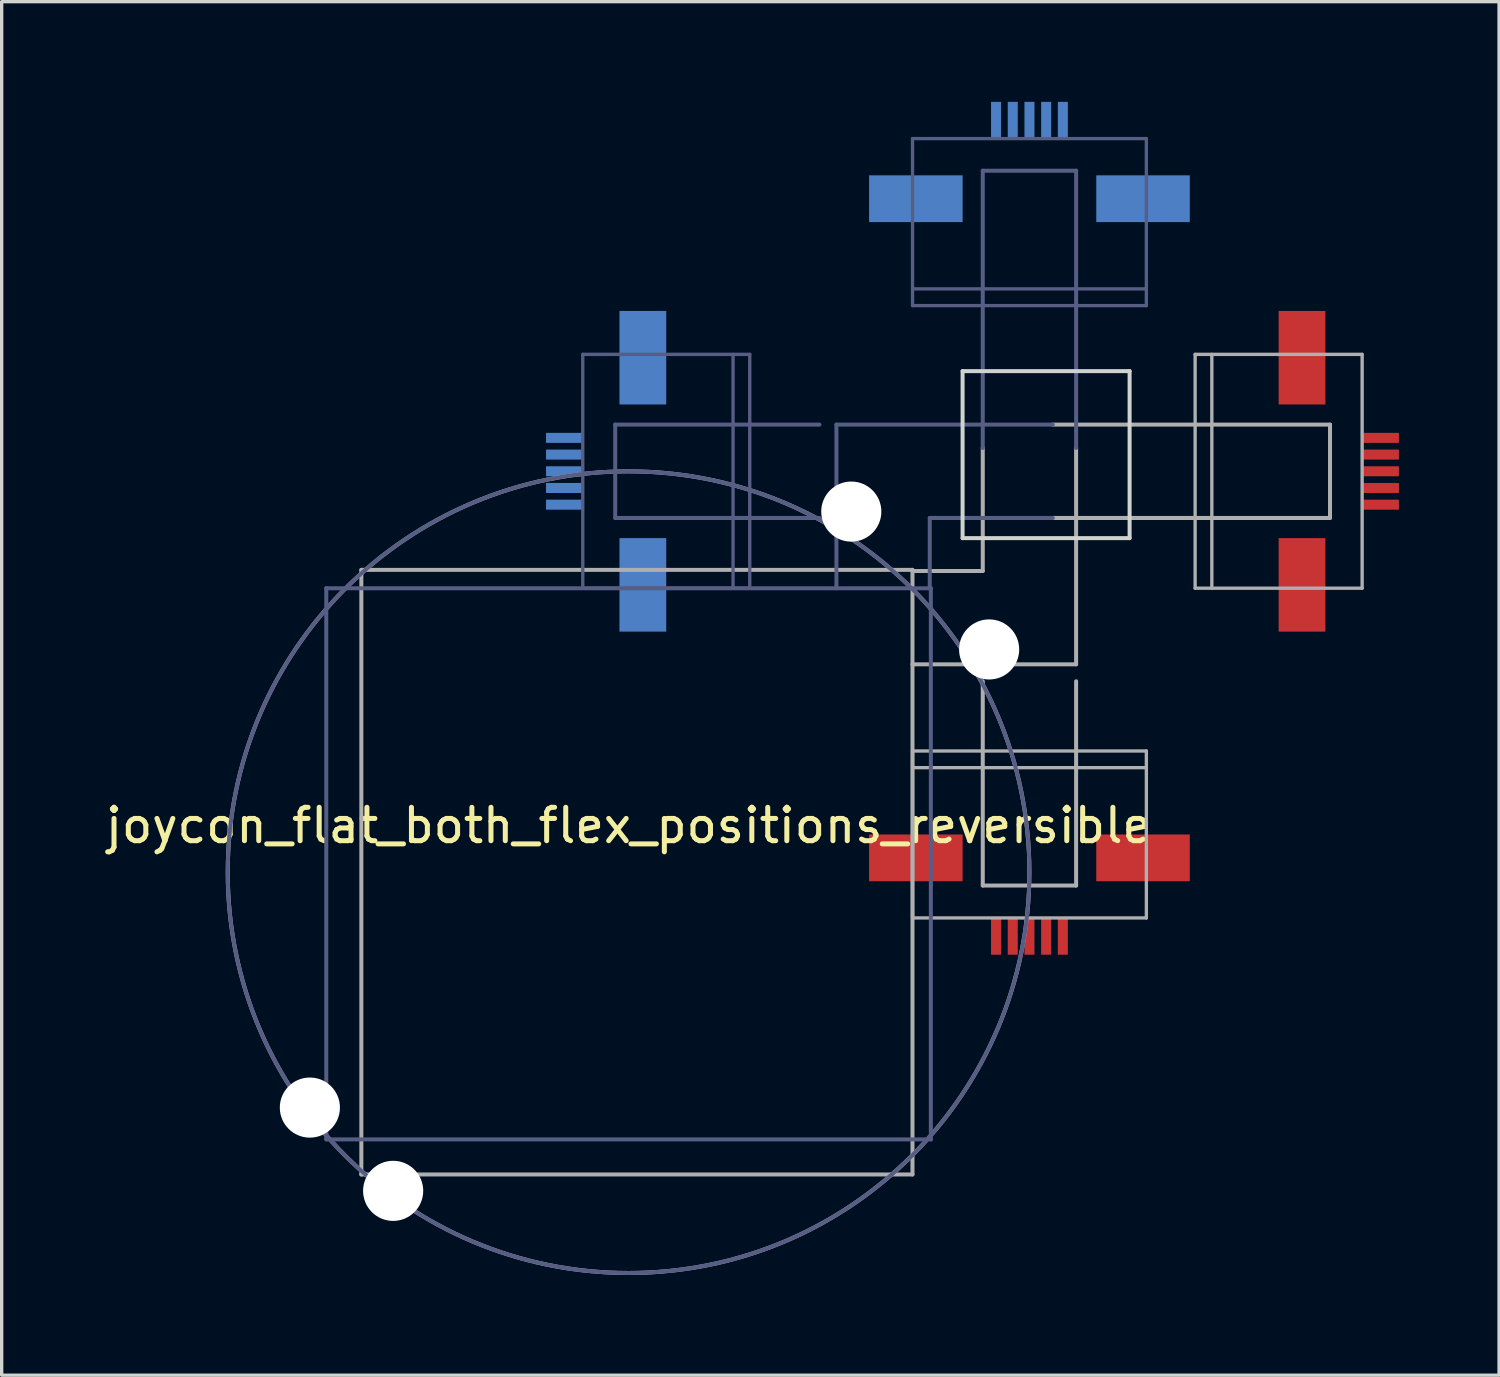
<source format=kicad_pcb>
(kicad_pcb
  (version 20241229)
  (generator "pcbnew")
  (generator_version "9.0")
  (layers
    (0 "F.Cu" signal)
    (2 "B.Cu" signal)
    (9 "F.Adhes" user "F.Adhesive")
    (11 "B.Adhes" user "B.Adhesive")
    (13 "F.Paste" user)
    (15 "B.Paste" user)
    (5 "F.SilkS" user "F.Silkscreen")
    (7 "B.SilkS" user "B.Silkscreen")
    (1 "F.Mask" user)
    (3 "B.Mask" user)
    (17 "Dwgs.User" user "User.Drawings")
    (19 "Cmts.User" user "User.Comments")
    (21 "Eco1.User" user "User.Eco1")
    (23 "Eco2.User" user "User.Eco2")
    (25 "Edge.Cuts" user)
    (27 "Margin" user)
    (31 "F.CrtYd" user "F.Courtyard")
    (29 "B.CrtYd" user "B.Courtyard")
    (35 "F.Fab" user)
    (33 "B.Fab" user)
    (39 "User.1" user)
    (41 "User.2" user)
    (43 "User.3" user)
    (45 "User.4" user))
  (footprint "joycon_flat_both_flex_positions_reversible"
    (layer "F.Cu")
    (at 15.768 23.061)
    (property "Reference" "joycon_flat_both_flex_positions_reversible" (at 0 -1.397 0) (layer "F.SilkS") (effects (font (size 1 1) (thickness 0.15))))
    (attr through_hole)
    (fp_line (start 10 -15) (end 15 -15) (stroke (width 0.12) (type solid)) (layer "Edge.Cuts"))
    (fp_line (start 10 -10) (end 10 -15) (stroke (width 0.12) (type solid)) (layer "Edge.Cuts"))
    (fp_line (start 10 -10) (end 15 -10) (stroke (width 0.12) (type solid)) (layer "Edge.Cuts"))
    (fp_line (start 15 -10) (end 15 -15) (stroke (width 0.12) (type solid)) (layer "Edge.Cuts"))
    (fp_line (start -9.05 8) (end -9.05 -8.5) (stroke (width 0.12) (type solid)) (layer "B.Fab"))
    (fp_line (start -1.371 -15.502) (end 3.628 -15.502) (stroke (width 0.1) (type solid)) (layer "B.Fab"))
    (fp_line (start -1.371 -8.502) (end -1.371 -15.502) (stroke (width 0.1) (type solid)) (layer "B.Fab"))
    (fp_line (start -1.371 -8.502) (end 3.628 -8.502) (stroke (width 0.1) (type solid)) (layer "B.Fab"))
    (fp_line (start -0.4 -13.399) (end -0.4 -10.604) (stroke (width 0.12) (type solid)) (layer "B.Fab"))
    (fp_line (start 3.128 -8.502) (end 3.128 -15.502) (stroke (width 0.1) (type solid)) (layer "B.Fab"))
    (fp_line (start 3.628 -8.502) (end 3.628 -15.502) (stroke (width 0.1) (type solid)) (layer "B.Fab"))
    (fp_line (start 5.715 -13.399) (end -0.4 -13.399) (stroke (width 0.12) (type solid)) (layer "B.Fab"))
    (fp_line (start 5.715 -10.604) (end -0.4 -10.604) (stroke (width 0.12) (type solid)) (layer "B.Fab"))
    (fp_line (start 6.223 -13.399) (end 6.223 -8.5) (stroke (width 0.12) (type solid)) (layer "B.Fab"))
    (fp_line (start 8.502 -21.962) (end 8.502 -16.962) (stroke (width 0.1) (type solid)) (layer "B.Fab"))
    (fp_line (start 8.502 -21.962) (end 15.502 -21.962) (stroke (width 0.1) (type solid)) (layer "B.Fab"))
    (fp_line (start 8.502 -17.462) (end 15.502 -17.462) (stroke (width 0.1) (type solid)) (layer "B.Fab"))
    (fp_line (start 8.502 -16.962) (end 15.502 -16.962) (stroke (width 0.1) (type solid)) (layer "B.Fab"))
    (fp_line (start 9.017 -10.604) (end 9.017 -8.5) (stroke (width 0.12) (type solid)) (layer "B.Fab"))
    (fp_line (start 9.05 -8.5) (end -9.05 -8.5) (stroke (width 0.12) (type solid)) (layer "B.Fab"))
    (fp_line (start 9.05 8) (end -9.05 8) (stroke (width 0.12) (type solid)) (layer "B.Fab"))
    (fp_line (start 9.05 8) (end 9.05 -8.5) (stroke (width 0.12) (type solid)) (layer "B.Fab"))
    (fp_line (start 10.604 -21) (end 10.604 -12.7) (stroke (width 0.12) (type solid)) (layer "B.Fab"))
    (fp_line (start 10.604 -21) (end 13.399 -21) (stroke (width 0.12) (type solid)) (layer "B.Fab"))
    (fp_line (start 12.7 -13.399) (end 6.223 -13.399) (stroke (width 0.12) (type solid)) (layer "B.Fab"))
    (fp_line (start 12.7 -10.604) (end 9.017 -10.604) (stroke (width 0.12) (type solid)) (layer "B.Fab"))
    (fp_line (start 13.399 -21) (end 13.399 -12.7) (stroke (width 0.12) (type solid)) (layer "B.Fab"))
    (fp_line (start 15.502 -21.962) (end 15.502 -16.962) (stroke (width 0.1) (type solid)) (layer "B.Fab"))
    (fp_circle (center 0 0) (end 0 -12) (stroke (width 0.12) (type solid)) (fill no) (layer "B.Fab"))
    (fp_line (start -8 -9.05) (end -8 9.05) (stroke (width 0.12) (type solid)) (layer "F.Fab"))
    (fp_line (start -8 -9.05) (end 8.5 -9.05) (stroke (width 0.12) (type solid)) (layer "F.Fab"))
    (fp_line (start -8 9.05) (end 8.5 9.05) (stroke (width 0.12) (type solid)) (layer "F.Fab"))
    (fp_line (start 8.5 -9.05) (end 8.5 9.05) (stroke (width 0.12) (type solid)) (layer "F.Fab"))
    (fp_line (start 8.502 -3.628) (end 15.502 -3.628) (stroke (width 0.1) (type solid)) (layer "F.Fab"))
    (fp_line (start 8.502 -3.128) (end 15.502 -3.128) (stroke (width 0.1) (type solid)) (layer "F.Fab"))
    (fp_line (start 8.502 1.371) (end 8.502 -3.628) (stroke (width 0.1) (type solid)) (layer "F.Fab"))
    (fp_line (start 8.502 1.371) (end 15.502 1.371) (stroke (width 0.1) (type solid)) (layer "F.Fab"))
    (fp_line (start 10.604 -12.7) (end 10.604 -9.017) (stroke (width 0.12) (type solid)) (layer "F.Fab"))
    (fp_line (start 10.604 -9.017) (end 8.5 -9.017) (stroke (width 0.12) (type solid)) (layer "F.Fab"))
    (fp_line (start 10.604 -5.715) (end 10.604 0.4) (stroke (width 0.12) (type solid)) (layer "F.Fab"))
    (fp_line (start 13.399 -12.7) (end 13.399 -6.223) (stroke (width 0.12) (type solid)) (layer "F.Fab"))
    (fp_line (start 13.399 -6.223) (end 8.5 -6.223) (stroke (width 0.12) (type solid)) (layer "F.Fab"))
    (fp_line (start 13.399 -5.715) (end 13.399 0.4) (stroke (width 0.12) (type solid)) (layer "F.Fab"))
    (fp_line (start 13.399 0.4) (end 10.604 0.4) (stroke (width 0.12) (type solid)) (layer "F.Fab"))
    (fp_line (start 15.502 1.371) (end 15.502 -3.628) (stroke (width 0.1) (type solid)) (layer "F.Fab"))
    (fp_line (start 16.962 -8.502) (end 16.962 -15.502) (stroke (width 0.1) (type solid)) (layer "F.Fab"))
    (fp_line (start 17.462 -8.502) (end 17.462 -15.502) (stroke (width 0.1) (type solid)) (layer "F.Fab"))
    (fp_line (start 21 -13.399) (end 12.7 -13.399) (stroke (width 0.12) (type solid)) (layer "F.Fab"))
    (fp_line (start 21 -10.604) (end 12.7 -10.604) (stroke (width 0.12) (type solid)) (layer "F.Fab"))
    (fp_line (start 21 -10.604) (end 21 -13.399) (stroke (width 0.12) (type solid)) (layer "F.Fab"))
    (fp_line (start 21.962 -15.502) (end 16.962 -15.502) (stroke (width 0.1) (type solid)) (layer "F.Fab"))
    (fp_line (start 21.962 -8.502) (end 16.962 -8.502) (stroke (width 0.1) (type solid)) (layer "F.Fab"))
    (fp_line (start 21.962 -8.502) (end 21.962 -15.502) (stroke (width 0.1) (type solid)) (layer "F.Fab"))
    (fp_circle (center 0 0) (end 12 0) (stroke (width 0.12) (type solid)) (fill no) (layer "F.Fab"))
    (pad "" np_thru_hole circle (at -9.541 7.048) (size 1.8 1.8) (drill 1.8) (layers "*.Cu" "*.Mask"))
    (pad "" np_thru_hole circle (at -7.048 9.541 90) (size 1.8 1.8) (drill 1.8) (layers "*.Cu" "*.Mask"))
    (pad "" np_thru_hole circle (at 6.668 -10.795) (size 1.8 1.8) (drill 1.8) (layers "*.Cu" "*.Mask"))
    (pad "" np_thru_hole circle (at 10.795 -6.668 90) (size 1.8 1.8) (drill 1.8) (layers "*.Cu" "*.Mask"))
    (pad "GND" smd rect (at -1.921 -11.502 90) (size 0.3 1.1) (layers "B.Cu" "B.Mask" "B.Paste"))
    (pad "GND" smd rect (at 11.502 -22.512) (size 0.3 1.1) (layers "B.Cu" "B.Mask" "B.Paste"))
    (pad "GND" smd rect (at 11.502 1.921) (size 0.3 1.1) (layers "F.Cu" "F.Mask" "F.Paste"))
    (pad "GND" smd rect (at 22.512 -11.502 90) (size 0.3 1.1) (layers "F.Cu" "F.Mask" "F.Paste"))
    (pad "Left_Right" smd rect (at -1.921 -11.002 90) (size 0.3 1.1) (layers "B.Cu" "B.Mask" "B.Paste"))
    (pad "Left_Right" smd rect (at 11.002 -22.512) (size 0.3 1.1) (layers "B.Cu" "B.Mask" "B.Paste"))
    (pad "Left_Right" smd rect (at 11.002 1.921) (size 0.3 1.1) (layers "F.Cu" "F.Mask" "F.Paste"))
    (pad "Left_Right" smd rect (at 22.512 -11.002 90) (size 0.3 1.1) (layers "F.Cu" "F.Mask" "F.Paste"))
    (pad "NC" smd rect (at 0.428 -15.402 90) (size 2.8 1.4) (layers "B.Cu" "B.Mask" "B.Paste"))
    (pad "NC" smd rect (at 0.428 -8.601 90) (size 2.8 1.4) (layers "B.Cu" "B.Mask" "B.Paste"))
    (pad "NC" smd rect (at 8.601 -20.162) (size 2.8 1.4) (layers "B.Cu" "B.Mask" "B.Paste"))
    (pad "NC" smd rect (at 8.601 -0.428) (size 2.8 1.4) (layers "F.Cu" "F.Mask" "F.Paste"))
    (pad "NC" smd rect (at 15.402 -20.162) (size 2.8 1.4) (layers "B.Cu" "B.Mask" "B.Paste"))
    (pad "NC" smd rect (at 15.402 -0.428) (size 2.8 1.4) (layers "F.Cu" "F.Mask" "F.Paste"))
    (pad "NC" smd rect (at 20.162 -15.402 90) (size 2.8 1.4) (layers "F.Cu" "F.Mask" "F.Paste"))
    (pad "NC" smd rect (at 20.162 -8.601 90) (size 2.8 1.4) (layers "F.Cu" "F.Mask" "F.Paste"))
    (pad "Push_button" smd rect (at -1.921 -12.002 90) (size 0.3 1.1) (layers "B.Cu" "B.Mask" "B.Paste"))
    (pad "Push_button" smd rect (at 12.002 -22.512) (size 0.3 1.1) (layers "B.Cu" "B.Mask" "B.Paste"))
    (pad "Push_button" smd rect (at 12.002 1.921) (size 0.3 1.1) (layers "F.Cu" "F.Mask" "F.Paste"))
    (pad "Push_button" smd rect (at 22.512 -12.002 90) (size 0.3 1.1) (layers "F.Cu" "F.Mask" "F.Paste"))
    (pad "Up_Down" smd rect (at -1.921 -12.502 90) (size 0.3 1.1) (layers "B.Cu" "B.Mask" "B.Paste"))
    (pad "Up_Down" smd rect (at 12.502 -22.512) (size 0.3 1.1) (layers "B.Cu" "B.Mask" "B.Paste"))
    (pad "Up_Down" smd rect (at 12.502 1.921) (size 0.3 1.1) (layers "F.Cu" "F.Mask" "F.Paste"))
    (pad "Up_Down" smd rect (at 22.512 -12.502 90) (size 0.3 1.1) (layers "F.Cu" "F.Mask" "F.Paste"))
    (pad "VCC" smd rect (at -1.921 -13.002 90) (size 0.3 1.1) (layers "B.Cu" "B.Mask" "B.Paste"))
    (pad "VCC" smd rect (at 13.002 -22.512) (size 0.3 1.1) (layers "B.Cu" "B.Mask" "B.Paste"))
    (pad "VCC" smd rect (at 13.002 1.921) (size 0.3 1.1) (layers "F.Cu" "F.Mask" "F.Paste"))
    (pad "VCC" smd rect (at 22.512 -13.002 90) (size 0.3 1.1) (layers "F.Cu" "F.Mask" "F.Paste")))
  (gr_rect
    (start -3 -3)
    (end 41.829 38.121)
    (stroke (width 0.1) (type default))
    (fill no)
    (layer "Edge.Cuts")))
</source>
